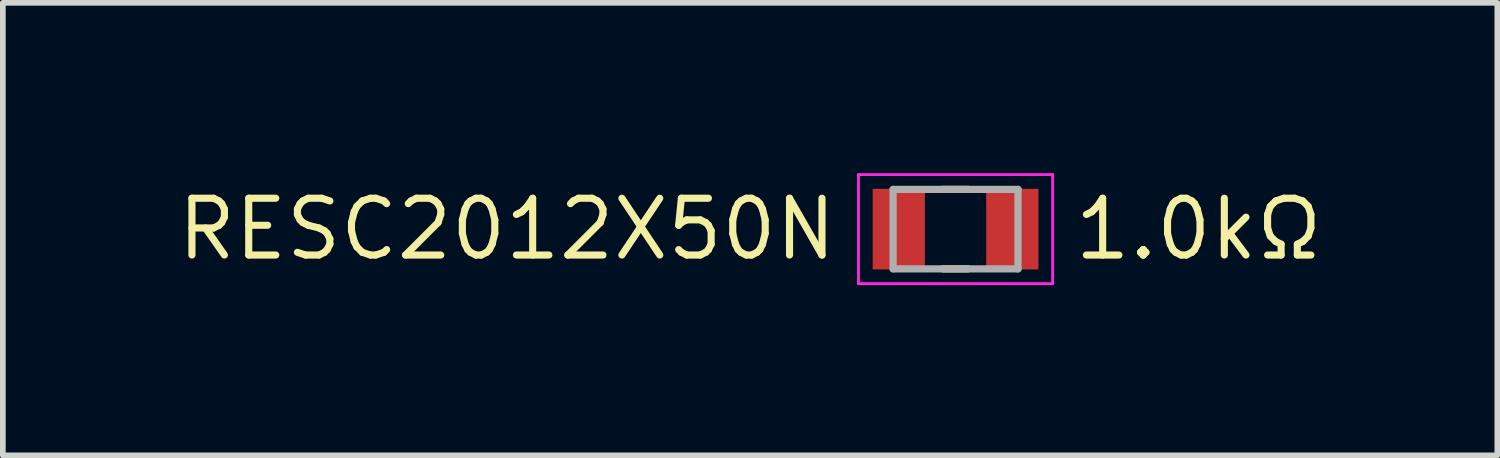
<source format=kicad_pcb>
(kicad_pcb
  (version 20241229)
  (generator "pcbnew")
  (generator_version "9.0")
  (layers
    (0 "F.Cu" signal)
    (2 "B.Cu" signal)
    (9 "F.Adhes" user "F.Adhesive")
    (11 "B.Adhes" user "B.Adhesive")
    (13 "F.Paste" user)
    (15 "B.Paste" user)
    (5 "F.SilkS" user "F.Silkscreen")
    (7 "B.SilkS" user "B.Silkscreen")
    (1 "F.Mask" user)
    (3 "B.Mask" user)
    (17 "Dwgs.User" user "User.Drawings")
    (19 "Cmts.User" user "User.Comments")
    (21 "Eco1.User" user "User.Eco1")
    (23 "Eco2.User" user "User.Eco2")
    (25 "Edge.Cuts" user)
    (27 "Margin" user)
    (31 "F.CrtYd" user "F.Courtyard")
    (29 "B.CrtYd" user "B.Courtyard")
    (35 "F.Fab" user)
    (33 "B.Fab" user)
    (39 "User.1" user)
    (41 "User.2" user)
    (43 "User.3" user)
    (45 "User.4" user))
  (footprint "RESC2012X50N"
    (layer "F.Cu")
    (at 13.778 0.985)
    (property "Reference" "RESC2012X50N" (at -2.032 0 0) (layer "F.SilkS") (effects (font (size 1 1) (thickness 0.125)) (justify right)))
    (property "Resistance" "1.0kΩ" (at 2.032 0 0) (layer "F.SilkS") (effects (font (size 1 1) (thickness 0.125)) (justify left)))
    (attr smd)
    (fp_line (start -0.22 -0.7) (end 0.22 -0.7) (stroke (width 0.127) (type solid)) (layer "F.SilkS"))
    (fp_line (start -0.22 0.7) (end 0.22 0.7) (stroke (width 0.127) (type solid)) (layer "F.SilkS"))
    (fp_line (start -1.71 -0.96) (end 1.71 -0.96) (stroke (width 0.05) (type solid)) (layer "F.CrtYd"))
    (fp_line (start -1.71 0.96) (end -1.71 -0.96) (stroke (width 0.05) (type solid)) (layer "F.CrtYd"))
    (fp_line (start -1.71 0.96) (end 1.71 0.96) (stroke (width 0.05) (type solid)) (layer "F.CrtYd"))
    (fp_line (start 1.71 0.96) (end 1.71 -0.96) (stroke (width 0.05) (type solid)) (layer "F.CrtYd"))
    (fp_line (start -1.1 0.7) (end -1.1 -0.7) (stroke (width 0.127) (type solid)) (layer "F.Fab"))
    (fp_line (start 1.1 -0.7) (end -1.1 -0.7) (stroke (width 0.127) (type solid)) (layer "F.Fab"))
    (fp_line (start 1.1 0.7) (end -1.1 0.7) (stroke (width 0.127) (type solid)) (layer "F.Fab"))
    (fp_line (start 1.1 0.7) (end 1.1 -0.7) (stroke (width 0.127) (type solid)) (layer "F.Fab"))
    (pad "1" smd rect (at -1 0) (size 0.92 1.42) (layers "F.Cu" "F.Mask" "F.Paste"))
    (pad "2" smd rect (at 1 0) (size 0.92 1.42) (layers "F.Cu" "F.Mask" "F.Paste")))
  (gr_rect
    (start -3 -3)
    (end 23.319 4.97)
    (stroke (width 0.1) (type default))
    (fill no)
    (layer "Edge.Cuts")))
</source>
